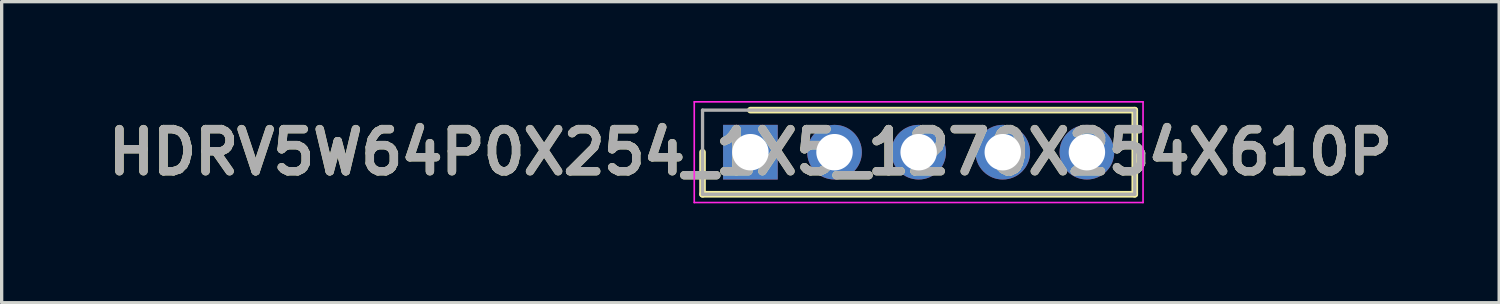
<source format=kicad_pcb>
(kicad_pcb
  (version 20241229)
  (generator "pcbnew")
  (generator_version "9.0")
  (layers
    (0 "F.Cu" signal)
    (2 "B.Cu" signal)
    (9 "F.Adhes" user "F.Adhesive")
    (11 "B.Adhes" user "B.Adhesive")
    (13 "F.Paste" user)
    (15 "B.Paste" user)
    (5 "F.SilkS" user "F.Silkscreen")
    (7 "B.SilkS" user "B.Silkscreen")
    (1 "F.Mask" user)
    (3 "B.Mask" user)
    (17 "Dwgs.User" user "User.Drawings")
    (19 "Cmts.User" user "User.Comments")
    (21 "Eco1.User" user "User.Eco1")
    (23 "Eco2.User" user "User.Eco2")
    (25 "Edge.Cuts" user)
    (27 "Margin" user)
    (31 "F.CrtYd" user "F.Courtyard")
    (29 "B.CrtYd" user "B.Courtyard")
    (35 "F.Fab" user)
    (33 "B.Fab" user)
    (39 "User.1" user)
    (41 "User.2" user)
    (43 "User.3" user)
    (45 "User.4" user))
  (footprint "HDRV5W64P0X254_1X5_1270X254X610P"
    (layer "F.Cu")
    (at 19.606 1.545)
    (property "Reference" "HDRV5W64P0X254_1X5_1270X254X610P" (at 0 0 0) (layer "F.SilkS") (effects (font (size 1.27 1.27) (thickness 0.254))))
    (attr through_hole)
    (fp_line (start -1.445 0) (end -1.445 1.27) (stroke (width 0.2) (type solid)) (layer "F.SilkS"))
    (fp_line (start -1.445 1.27) (end 11.605 1.27) (stroke (width 0.2) (type solid)) (layer "F.SilkS"))
    (fp_line (start 11.605 -1.27) (end 0 -1.27) (stroke (width 0.2) (type solid)) (layer "F.SilkS"))
    (fp_line (start 11.605 1.27) (end 11.605 -1.27) (stroke (width 0.2) (type solid)) (layer "F.SilkS"))
    (fp_line (start -1.695 -1.52) (end 11.855 -1.52) (stroke (width 0.05) (type solid)) (layer "F.CrtYd"))
    (fp_line (start -1.695 1.52) (end -1.695 -1.52) (stroke (width 0.05) (type solid)) (layer "F.CrtYd"))
    (fp_line (start 11.855 -1.52) (end 11.855 1.52) (stroke (width 0.05) (type solid)) (layer "F.CrtYd"))
    (fp_line (start 11.855 1.52) (end -1.695 1.52) (stroke (width 0.05) (type solid)) (layer "F.CrtYd"))
    (fp_line (start -1.445 -1.27) (end 11.605 -1.27) (stroke (width 0.1) (type solid)) (layer "F.Fab"))
    (fp_line (start -1.445 1.27) (end -1.445 -1.27) (stroke (width 0.1) (type solid)) (layer "F.Fab"))
    (fp_line (start 11.605 -1.27) (end 11.605 1.27) (stroke (width 0.1) (type solid)) (layer "F.Fab"))
    (fp_line (start 11.605 1.27) (end -1.445 1.27) (stroke (width 0.1) (type solid)) (layer "F.Fab"))
    (fp_text user "${REFERENCE}" (at 0 0 0) (layer "F.Fab") (effects (font (size 1.27 1.27) (thickness 0.254))))
    (pad "1" thru_hole rect (at 0 0) (size 1.65 1.65) (drill 1.1) (layers "*.Cu" "*.Mask"))
    (pad "2" thru_hole circle (at 2.54 0) (size 1.65 1.65) (drill 1.1) (layers "*.Cu" "*.Mask"))
    (pad "3" thru_hole circle (at 5.08 0) (size 1.65 1.65) (drill 1.1) (layers "*.Cu" "*.Mask"))
    (pad "4" thru_hole circle (at 7.62 0) (size 1.65 1.65) (drill 1.1) (layers "*.Cu" "*.Mask"))
    (pad "5" thru_hole circle (at 10.16 0) (size 1.65 1.65) (drill 1.1) (layers "*.Cu" "*.Mask")))
  (gr_rect
    (start -3 -3)
    (end 42.213 6.09)
    (stroke (width 0.1) (type default))
    (fill no)
    (layer "Edge.Cuts")))
</source>
